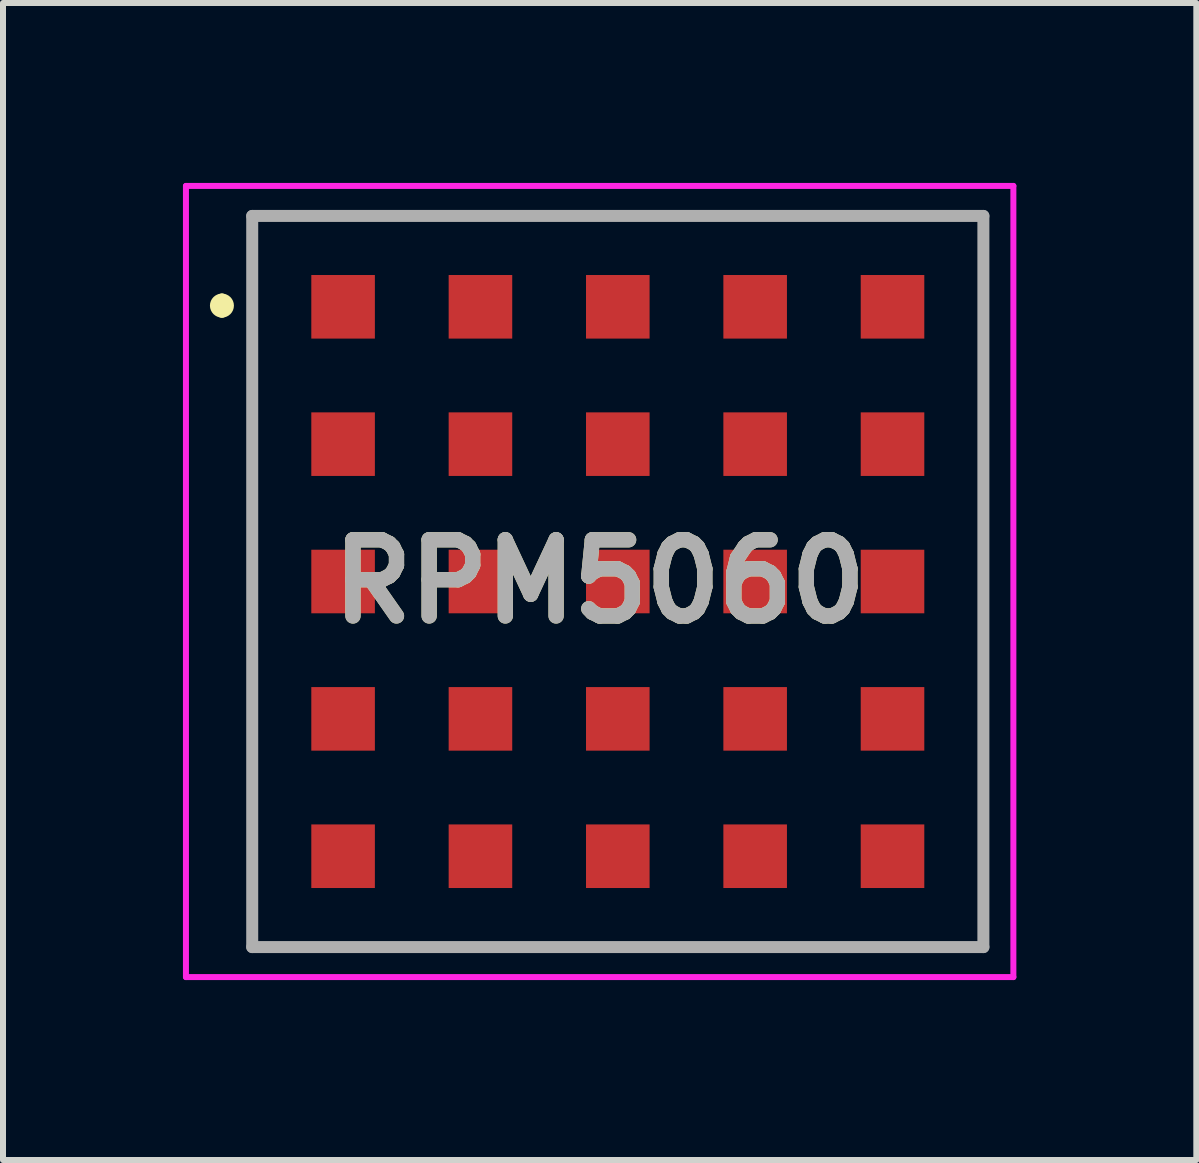
<source format=kicad_pcb>
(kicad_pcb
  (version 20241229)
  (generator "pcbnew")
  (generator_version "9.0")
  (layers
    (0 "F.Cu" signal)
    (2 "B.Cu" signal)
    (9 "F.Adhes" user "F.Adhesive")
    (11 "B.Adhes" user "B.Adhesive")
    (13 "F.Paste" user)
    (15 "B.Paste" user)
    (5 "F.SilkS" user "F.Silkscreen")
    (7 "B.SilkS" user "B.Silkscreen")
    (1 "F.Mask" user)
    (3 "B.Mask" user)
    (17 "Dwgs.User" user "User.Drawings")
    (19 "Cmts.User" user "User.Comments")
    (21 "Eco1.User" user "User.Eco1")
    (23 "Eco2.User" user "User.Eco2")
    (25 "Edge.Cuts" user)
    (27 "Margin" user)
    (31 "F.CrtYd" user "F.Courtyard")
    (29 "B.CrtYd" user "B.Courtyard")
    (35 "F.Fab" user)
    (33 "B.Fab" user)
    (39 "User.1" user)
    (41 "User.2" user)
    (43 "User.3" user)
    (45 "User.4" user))
  (footprint "RPM5060"
    (layer "F.Cu")
    (at 7.25 6.645)
    (property "Reference" "RPM5060" (at -0.303 0 0) (layer "F.SilkS") (effects (font (size 1.27 1.27) (thickness 0.254))))
    (attr smd)
    (fp_line (start -6.6 -4.7) (end -6.6 -4.7) (stroke (width 0.2) (type solid)) (layer "F.SilkS"))
    (fp_line (start -6.6 -4.5) (end -6.6 -4.5) (stroke (width 0.2) (type solid)) (layer "F.SilkS"))
    (fp_line (start -6.095 -6.095) (end 6.095 -6.095) (stroke (width 0.1) (type solid)) (layer "F.SilkS"))
    (fp_line (start -6.095 6.095) (end -6.095 -6.095) (stroke (width 0.1) (type solid)) (layer "F.SilkS"))
    (fp_line (start 6.095 -6.095) (end 6.095 6.095) (stroke (width 0.1) (type solid)) (layer "F.SilkS"))
    (fp_line (start 6.095 6.095) (end -6.095 6.095) (stroke (width 0.1) (type solid)) (layer "F.SilkS"))
    (fp_arc (start -6.6 -4.7) (mid -6.5 -4.6) (end -6.6 -4.5) (stroke (width 0.2) (type solid)) (layer "F.SilkS"))
    (fp_arc (start -6.6 -4.5) (mid -6.7 -4.6) (end -6.6 -4.7) (stroke (width 0.2) (type solid)) (layer "F.SilkS"))
    (fp_line (start -7.2 -6.595) (end 6.595 -6.595) (stroke (width 0.1) (type solid)) (layer "F.CrtYd"))
    (fp_line (start -7.2 6.595) (end -7.2 -6.595) (stroke (width 0.1) (type solid)) (layer "F.CrtYd"))
    (fp_line (start 6.595 -6.595) (end 6.595 6.595) (stroke (width 0.1) (type solid)) (layer "F.CrtYd"))
    (fp_line (start 6.595 6.595) (end -7.2 6.595) (stroke (width 0.1) (type solid)) (layer "F.CrtYd"))
    (fp_line (start -6.095 -6.095) (end 6.095 -6.095) (stroke (width 0.2) (type solid)) (layer "F.Fab"))
    (fp_line (start -6.095 6.095) (end -6.095 -6.095) (stroke (width 0.2) (type solid)) (layer "F.Fab"))
    (fp_line (start 6.095 -6.095) (end 6.095 6.095) (stroke (width 0.2) (type solid)) (layer "F.Fab"))
    (fp_line (start 6.095 6.095) (end -6.095 6.095) (stroke (width 0.2) (type solid)) (layer "F.Fab"))
    (fp_text user "${REFERENCE}" (at -0.303 0 0) (layer "F.Fab") (effects (font (size 1.27 1.27) (thickness 0.254))))
    (pad "A1" smd rect (at -4.58 -4.58 90) (size 1.06 1.06) (layers "F.Cu" "F.Mask" "F.Paste"))
    (pad "A2" smd rect (at -2.29 -4.58 90) (size 1.06 1.06) (layers "F.Cu" "F.Mask" "F.Paste"))
    (pad "A3" smd rect (at 0 -4.58 90) (size 1.06 1.06) (layers "F.Cu" "F.Mask" "F.Paste"))
    (pad "A4" smd rect (at 2.29 -4.58 90) (size 1.06 1.06) (layers "F.Cu" "F.Mask" "F.Paste"))
    (pad "A5" smd rect (at 4.58 -4.58 90) (size 1.06 1.06) (layers "F.Cu" "F.Mask" "F.Paste"))
    (pad "B1" smd rect (at -4.58 -2.29 90) (size 1.06 1.06) (layers "F.Cu" "F.Mask" "F.Paste"))
    (pad "B2" smd rect (at -2.29 -2.29 90) (size 1.06 1.06) (layers "F.Cu" "F.Mask" "F.Paste"))
    (pad "B3" smd rect (at 0 -2.29 90) (size 1.06 1.06) (layers "F.Cu" "F.Mask" "F.Paste"))
    (pad "B4" smd rect (at 2.29 -2.29 90) (size 1.06 1.06) (layers "F.Cu" "F.Mask" "F.Paste"))
    (pad "B5" smd rect (at 4.58 -2.29 90) (size 1.06 1.06) (layers "F.Cu" "F.Mask" "F.Paste"))
    (pad "C1" smd rect (at -4.58 0 90) (size 1.06 1.06) (layers "F.Cu" "F.Mask" "F.Paste"))
    (pad "C2" smd rect (at -2.29 0 90) (size 1.06 1.06) (layers "F.Cu" "F.Mask" "F.Paste"))
    (pad "C3" smd rect (at 0 0 90) (size 1.06 1.06) (layers "F.Cu" "F.Mask" "F.Paste"))
    (pad "C4" smd rect (at 2.29 0 90) (size 1.06 1.06) (layers "F.Cu" "F.Mask" "F.Paste"))
    (pad "C5" smd rect (at 4.58 0 90) (size 1.06 1.06) (layers "F.Cu" "F.Mask" "F.Paste"))
    (pad "D1" smd rect (at -4.58 2.29 90) (size 1.06 1.06) (layers "F.Cu" "F.Mask" "F.Paste"))
    (pad "D2" smd rect (at -2.29 2.29 90) (size 1.06 1.06) (layers "F.Cu" "F.Mask" "F.Paste"))
    (pad "D3" smd rect (at 0 2.29 90) (size 1.06 1.06) (layers "F.Cu" "F.Mask" "F.Paste"))
    (pad "D4" smd rect (at 2.29 2.29 90) (size 1.06 1.06) (layers "F.Cu" "F.Mask" "F.Paste"))
    (pad "D5" smd rect (at 4.58 2.29 90) (size 1.06 1.06) (layers "F.Cu" "F.Mask" "F.Paste"))
    (pad "E1" smd rect (at -4.58 4.58 90) (size 1.06 1.06) (layers "F.Cu" "F.Mask" "F.Paste"))
    (pad "E2" smd rect (at -2.29 4.58 90) (size 1.06 1.06) (layers "F.Cu" "F.Mask" "F.Paste"))
    (pad "E3" smd rect (at 0 4.58 90) (size 1.06 1.06) (layers "F.Cu" "F.Mask" "F.Paste"))
    (pad "E4" smd rect (at 2.29 4.58 90) (size 1.06 1.06) (layers "F.Cu" "F.Mask" "F.Paste"))
    (pad "E5" smd rect (at 4.58 4.58 90) (size 1.06 1.06) (layers "F.Cu" "F.Mask" "F.Paste")))
  (gr_rect
    (start -3 -3)
    (end 16.895 16.29)
    (stroke (width 0.1) (type default))
    (fill no)
    (layer "Edge.Cuts")))
</source>
